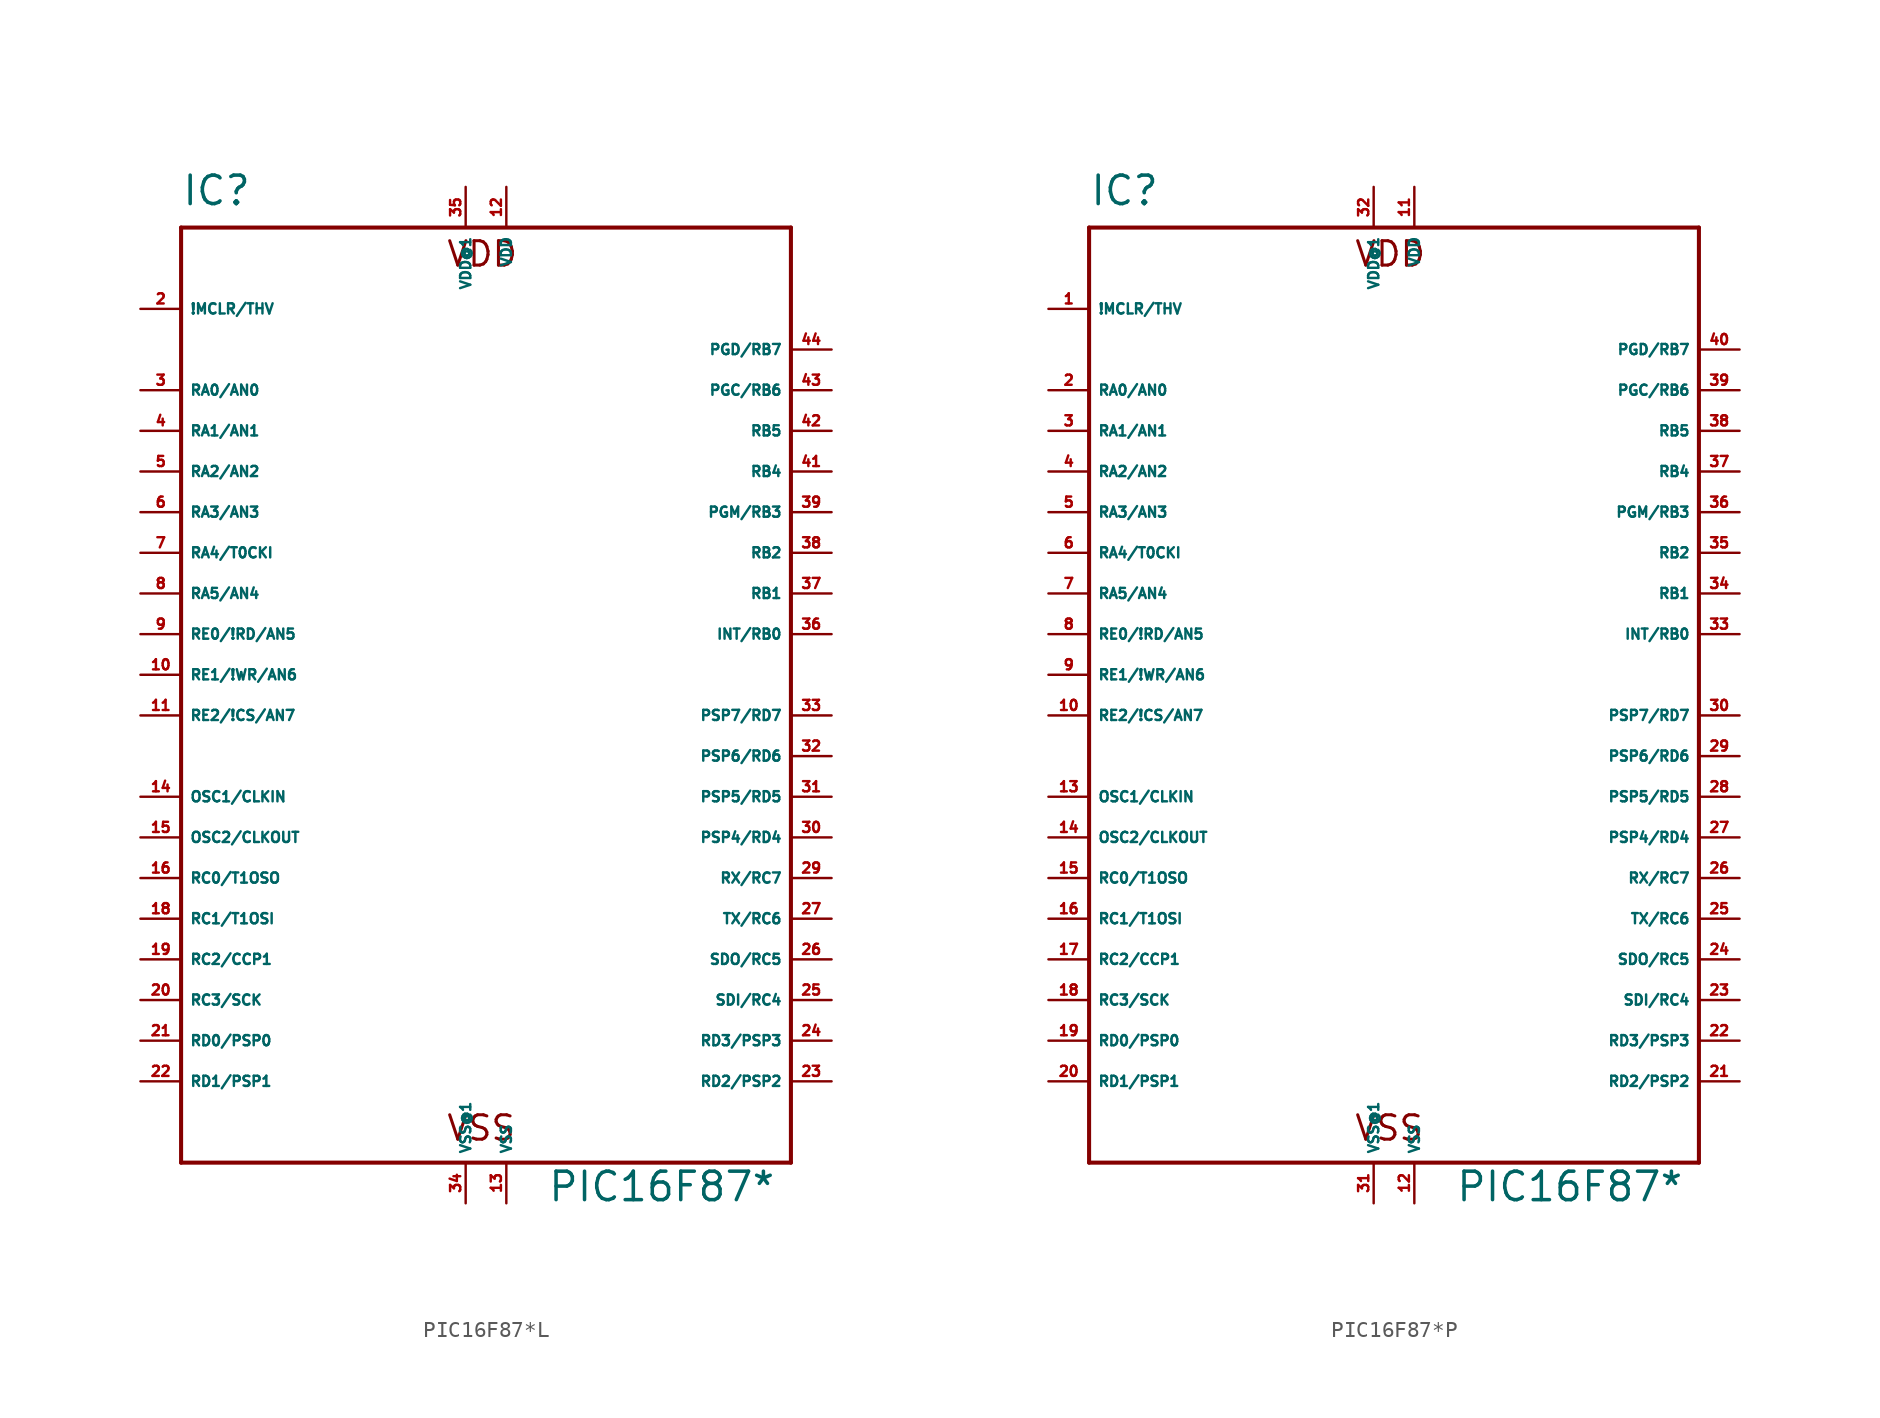
<source format=kicad_sym>
(kicad_symbol_lib
  (version 20220914)
  (generator Eagle2Kicad)
  (symbol "PIC16F87*L"
    (property "Reference" "IC"
      (at -20.32 29.21 0)
      (effects (font (size 1.778 1.778) (thickness 0.22)) (justify left bottom)))
    (property "Value" "PIC16F87*"
      (at 2.54 -33.02 0)
      (effects (font (size 1.778 1.778) (thickness 0.22)) (justify left bottom)))
    (polyline
      (pts (xy -20.32 27.94) (xy 17.78 27.94))
      (stroke (width 0.254) (type default))
      (fill (type none)))
    (polyline
      (pts (xy 17.78 27.94) (xy 17.78 -30.48))
      (stroke (width 0.254) (type default))
      (fill (type none)))
    (polyline
      (pts (xy 17.78 -30.48) (xy -20.32 -30.48))
      (stroke (width 0.254) (type default))
      (fill (type none)))
    (polyline
      (pts (xy -20.32 -30.48) (xy -20.32 27.94))
      (stroke (width 0.254) (type default))
      (fill (type none)))
    (text "VDD"
      (at -3.81 25.4 0)
      (effects (font (size 1.524 1.524) (thickness 0.19)) (justify left bottom)))
    (text "VSS"
      (at -3.81 -29.21 0)
      (effects (font (size 1.524 1.524) (thickness 0.19)) (justify left bottom)))
    (pin input line
      (at -22.86 22.86 0)
      (length 2.54)
      (name "!MCLR/THV" (effects (font (size 0.635 0.635) (thickness 0.08)) (justify left bottom)))
      (number "2" (effects (font (size 0.635 0.635) (thickness 0.08)) (justify left bottom))))
    (pin bidirectional line
      (at -22.86 17.78 0)
      (length 2.54)
      (name "RA0/AN0" (effects (font (size 0.635 0.635) (thickness 0.08)) (justify left bottom)))
      (number "3" (effects (font (size 0.635 0.635) (thickness 0.08)) (justify left bottom))))
    (pin bidirectional line
      (at -22.86 15.24 0)
      (length 2.54)
      (name "RA1/AN1" (effects (font (size 0.635 0.635) (thickness 0.08)) (justify left bottom)))
      (number "4" (effects (font (size 0.635 0.635) (thickness 0.08)) (justify left bottom))))
    (pin bidirectional line
      (at -22.86 12.7 0)
      (length 2.54)
      (name "RA2/AN2" (effects (font (size 0.635 0.635) (thickness 0.08)) (justify left bottom)))
      (number "5" (effects (font (size 0.635 0.635) (thickness 0.08)) (justify left bottom))))
    (pin bidirectional line
      (at -22.86 10.16 0)
      (length 2.54)
      (name "RA3/AN3" (effects (font (size 0.635 0.635) (thickness 0.08)) (justify left bottom)))
      (number "6" (effects (font (size 0.635 0.635) (thickness 0.08)) (justify left bottom))))
    (pin bidirectional line
      (at -22.86 7.62 0)
      (length 2.54)
      (name "RA4/T0CKI" (effects (font (size 0.635 0.635) (thickness 0.08)) (justify left bottom)))
      (number "7" (effects (font (size 0.635 0.635) (thickness 0.08)) (justify left bottom))))
    (pin bidirectional line
      (at -22.86 5.08 0)
      (length 2.54)
      (name "RA5/AN4" (effects (font (size 0.635 0.635) (thickness 0.08)) (justify left bottom)))
      (number "8" (effects (font (size 0.635 0.635) (thickness 0.08)) (justify left bottom))))
    (pin bidirectional line
      (at -22.86 2.54 0)
      (length 2.54)
      (name "RE0/!RD/AN5" (effects (font (size 0.635 0.635) (thickness 0.08)) (justify left bottom)))
      (number "9" (effects (font (size 0.635 0.635) (thickness 0.08)) (justify left bottom))))
    (pin bidirectional line
      (at -22.86 0 0)
      (length 2.54)
      (name "RE1/!WR/AN6" (effects (font (size 0.635 0.635) (thickness 0.08)) (justify left bottom)))
      (number "10" (effects (font (size 0.635 0.635) (thickness 0.08)) (justify left bottom))))
    (pin bidirectional line
      (at -22.86 -2.54 0)
      (length 2.54)
      (name "RE2/!CS/AN7" (effects (font (size 0.635 0.635) (thickness 0.08)) (justify left bottom)))
      (number "11" (effects (font (size 0.635 0.635) (thickness 0.08)) (justify left bottom))))
    (pin input line
      (at -22.86 -7.62 0)
      (length 2.54)
      (name "OSC1/CLKIN" (effects (font (size 0.635 0.635) (thickness 0.08)) (justify left bottom)))
      (number "14" (effects (font (size 0.635 0.635) (thickness 0.08)) (justify left bottom))))
    (pin output line
      (at -22.86 -10.16 0)
      (length 2.54)
      (name "OSC2/CLKOUT" (effects (font (size 0.635 0.635) (thickness 0.08)) (justify left bottom)))
      (number "15" (effects (font (size 0.635 0.635) (thickness 0.08)) (justify left bottom))))
    (pin bidirectional line
      (at -22.86 -12.7 0)
      (length 2.54)
      (name "RC0/T1OSO" (effects (font (size 0.635 0.635) (thickness 0.08)) (justify left bottom)))
      (number "16" (effects (font (size 0.635 0.635) (thickness 0.08)) (justify left bottom))))
    (pin bidirectional line
      (at -22.86 -15.24 0)
      (length 2.54)
      (name "RC1/T1OSI" (effects (font (size 0.635 0.635) (thickness 0.08)) (justify left bottom)))
      (number "18" (effects (font (size 0.635 0.635) (thickness 0.08)) (justify left bottom))))
    (pin bidirectional line
      (at -22.86 -17.78 0)
      (length 2.54)
      (name "RC2/CCP1" (effects (font (size 0.635 0.635) (thickness 0.08)) (justify left bottom)))
      (number "19" (effects (font (size 0.635 0.635) (thickness 0.08)) (justify left bottom))))
    (pin bidirectional line
      (at -22.86 -20.32 0)
      (length 2.54)
      (name "RC3/SCK" (effects (font (size 0.635 0.635) (thickness 0.08)) (justify left bottom)))
      (number "20" (effects (font (size 0.635 0.635) (thickness 0.08)) (justify left bottom))))
    (pin bidirectional line
      (at -22.86 -22.86 0)
      (length 2.54)
      (name "RD0/PSP0" (effects (font (size 0.635 0.635) (thickness 0.08)) (justify left bottom)))
      (number "21" (effects (font (size 0.635 0.635) (thickness 0.08)) (justify left bottom))))
    (pin bidirectional line
      (at -22.86 -25.4 0)
      (length 2.54)
      (name "RD1/PSP1" (effects (font (size 0.635 0.635) (thickness 0.08)) (justify left bottom)))
      (number "22" (effects (font (size 0.635 0.635) (thickness 0.08)) (justify left bottom))))
    (pin bidirectional line
      (at 20.32 -25.4 180)
      (length 2.54)
      (name "RD2/PSP2" (effects (font (size 0.635 0.635) (thickness 0.08)) (justify left bottom)))
      (number "23" (effects (font (size 0.635 0.635) (thickness 0.08)) (justify left bottom))))
    (pin bidirectional line
      (at 20.32 -22.86 180)
      (length 2.54)
      (name "RD3/PSP3" (effects (font (size 0.635 0.635) (thickness 0.08)) (justify left bottom)))
      (number "24" (effects (font (size 0.635 0.635) (thickness 0.08)) (justify left bottom))))
    (pin bidirectional line
      (at 20.32 -20.32 180)
      (length 2.54)
      (name "SDI/RC4" (effects (font (size 0.635 0.635) (thickness 0.08)) (justify left bottom)))
      (number "25" (effects (font (size 0.635 0.635) (thickness 0.08)) (justify left bottom))))
    (pin bidirectional line
      (at 20.32 -17.78 180)
      (length 2.54)
      (name "SDO/RC5" (effects (font (size 0.635 0.635) (thickness 0.08)) (justify left bottom)))
      (number "26" (effects (font (size 0.635 0.635) (thickness 0.08)) (justify left bottom))))
    (pin bidirectional line
      (at 20.32 -15.24 180)
      (length 2.54)
      (name "TX/RC6" (effects (font (size 0.635 0.635) (thickness 0.08)) (justify left bottom)))
      (number "27" (effects (font (size 0.635 0.635) (thickness 0.08)) (justify left bottom))))
    (pin bidirectional line
      (at 20.32 -12.7 180)
      (length 2.54)
      (name "RX/RC7" (effects (font (size 0.635 0.635) (thickness 0.08)) (justify left bottom)))
      (number "29" (effects (font (size 0.635 0.635) (thickness 0.08)) (justify left bottom))))
    (pin bidirectional line
      (at 20.32 -10.16 180)
      (length 2.54)
      (name "PSP4/RD4" (effects (font (size 0.635 0.635) (thickness 0.08)) (justify left bottom)))
      (number "30" (effects (font (size 0.635 0.635) (thickness 0.08)) (justify left bottom))))
    (pin bidirectional line
      (at 20.32 -7.62 180)
      (length 2.54)
      (name "PSP5/RD5" (effects (font (size 0.635 0.635) (thickness 0.08)) (justify left bottom)))
      (number "31" (effects (font (size 0.635 0.635) (thickness 0.08)) (justify left bottom))))
    (pin bidirectional line
      (at 20.32 -5.08 180)
      (length 2.54)
      (name "PSP6/RD6" (effects (font (size 0.635 0.635) (thickness 0.08)) (justify left bottom)))
      (number "32" (effects (font (size 0.635 0.635) (thickness 0.08)) (justify left bottom))))
    (pin bidirectional line
      (at 20.32 -2.54 180)
      (length 2.54)
      (name "PSP7/RD7" (effects (font (size 0.635 0.635) (thickness 0.08)) (justify left bottom)))
      (number "33" (effects (font (size 0.635 0.635) (thickness 0.08)) (justify left bottom))))
    (pin unspecified line
      (at 0 -33.02 90)
      (length 2.54)
      (name "VSS" (effects (font (size 0.635 0.635) (thickness 0.08)) (justify left bottom)))
      (number "13" (effects (font (size 0.635 0.635) (thickness 0.08)) (justify left bottom))))
    (pin unspecified line
      (at 0 30.48 270)
      (length 2.54)
      (name "VDD" (effects (font (size 0.635 0.635) (thickness 0.08)) (justify left bottom)))
      (number "12" (effects (font (size 0.635 0.635) (thickness 0.08)) (justify left bottom))))
    (pin bidirectional line
      (at 20.32 2.54 180)
      (length 2.54)
      (name "INT/RB0" (effects (font (size 0.635 0.635) (thickness 0.08)) (justify left bottom)))
      (number "36" (effects (font (size 0.635 0.635) (thickness 0.08)) (justify left bottom))))
    (pin bidirectional line
      (at 20.32 5.08 180)
      (length 2.54)
      (name "RB1" (effects (font (size 0.635 0.635) (thickness 0.08)) (justify left bottom)))
      (number "37" (effects (font (size 0.635 0.635) (thickness 0.08)) (justify left bottom))))
    (pin bidirectional line
      (at 20.32 7.62 180)
      (length 2.54)
      (name "RB2" (effects (font (size 0.635 0.635) (thickness 0.08)) (justify left bottom)))
      (number "38" (effects (font (size 0.635 0.635) (thickness 0.08)) (justify left bottom))))
    (pin bidirectional line
      (at 20.32 10.16 180)
      (length 2.54)
      (name "PGM/RB3" (effects (font (size 0.635 0.635) (thickness 0.08)) (justify left bottom)))
      (number "39" (effects (font (size 0.635 0.635) (thickness 0.08)) (justify left bottom))))
    (pin bidirectional line
      (at 20.32 12.7 180)
      (length 2.54)
      (name "RB4" (effects (font (size 0.635 0.635) (thickness 0.08)) (justify left bottom)))
      (number "41" (effects (font (size 0.635 0.635) (thickness 0.08)) (justify left bottom))))
    (pin bidirectional line
      (at 20.32 15.24 180)
      (length 2.54)
      (name "RB5" (effects (font (size 0.635 0.635) (thickness 0.08)) (justify left bottom)))
      (number "42" (effects (font (size 0.635 0.635) (thickness 0.08)) (justify left bottom))))
    (pin bidirectional line
      (at 20.32 17.78 180)
      (length 2.54)
      (name "PGC/RB6" (effects (font (size 0.635 0.635) (thickness 0.08)) (justify left bottom)))
      (number "43" (effects (font (size 0.635 0.635) (thickness 0.08)) (justify left bottom))))
    (pin bidirectional line
      (at 20.32 20.32 180)
      (length 2.54)
      (name "PGD/RB7" (effects (font (size 0.635 0.635) (thickness 0.08)) (justify left bottom)))
      (number "44" (effects (font (size 0.635 0.635) (thickness 0.08)) (justify left bottom))))
    (pin unspecified line
      (at -2.54 30.48 270)
      (length 2.54)
      (name "VDD@1" (effects (font (size 0.635 0.635) (thickness 0.08)) (justify left bottom)))
      (number "35" (effects (font (size 0.635 0.635) (thickness 0.08)) (justify left bottom))))
    (pin unspecified line
      (at -2.54 -33.02 90)
      (length 2.54)
      (name "VSS@1" (effects (font (size 0.635 0.635) (thickness 0.08)) (justify left bottom)))
      (number "34" (effects (font (size 0.635 0.635) (thickness 0.08)) (justify left bottom)))))
  (symbol "PIC16F87*P"
    (property "Reference" "IC"
      (at -20.32 29.21 0)
      (effects (font (size 1.778 1.778) (thickness 0.22)) (justify left bottom)))
    (property "Value" "PIC16F87*"
      (at 2.54 -33.02 0)
      (effects (font (size 1.778 1.778) (thickness 0.22)) (justify left bottom)))
    (polyline
      (pts (xy -20.32 27.94) (xy 17.78 27.94))
      (stroke (width 0.254) (type default))
      (fill (type none)))
    (polyline
      (pts (xy 17.78 27.94) (xy 17.78 -30.48))
      (stroke (width 0.254) (type default))
      (fill (type none)))
    (polyline
      (pts (xy 17.78 -30.48) (xy -20.32 -30.48))
      (stroke (width 0.254) (type default))
      (fill (type none)))
    (polyline
      (pts (xy -20.32 -30.48) (xy -20.32 27.94))
      (stroke (width 0.254) (type default))
      (fill (type none)))
    (text "VDD"
      (at -3.81 25.4 0)
      (effects (font (size 1.524 1.524) (thickness 0.19)) (justify left bottom)))
    (text "VSS"
      (at -3.81 -29.21 0)
      (effects (font (size 1.524 1.524) (thickness 0.19)) (justify left bottom)))
    (pin input line
      (at -22.86 22.86 0)
      (length 2.54)
      (name "!MCLR/THV" (effects (font (size 0.635 0.635) (thickness 0.08)) (justify left bottom)))
      (number "1" (effects (font (size 0.635 0.635) (thickness 0.08)) (justify left bottom))))
    (pin bidirectional line
      (at -22.86 17.78 0)
      (length 2.54)
      (name "RA0/AN0" (effects (font (size 0.635 0.635) (thickness 0.08)) (justify left bottom)))
      (number "2" (effects (font (size 0.635 0.635) (thickness 0.08)) (justify left bottom))))
    (pin bidirectional line
      (at -22.86 15.24 0)
      (length 2.54)
      (name "RA1/AN1" (effects (font (size 0.635 0.635) (thickness 0.08)) (justify left bottom)))
      (number "3" (effects (font (size 0.635 0.635) (thickness 0.08)) (justify left bottom))))
    (pin bidirectional line
      (at -22.86 12.7 0)
      (length 2.54)
      (name "RA2/AN2" (effects (font (size 0.635 0.635) (thickness 0.08)) (justify left bottom)))
      (number "4" (effects (font (size 0.635 0.635) (thickness 0.08)) (justify left bottom))))
    (pin bidirectional line
      (at -22.86 10.16 0)
      (length 2.54)
      (name "RA3/AN3" (effects (font (size 0.635 0.635) (thickness 0.08)) (justify left bottom)))
      (number "5" (effects (font (size 0.635 0.635) (thickness 0.08)) (justify left bottom))))
    (pin bidirectional line
      (at -22.86 7.62 0)
      (length 2.54)
      (name "RA4/T0CKI" (effects (font (size 0.635 0.635) (thickness 0.08)) (justify left bottom)))
      (number "6" (effects (font (size 0.635 0.635) (thickness 0.08)) (justify left bottom))))
    (pin bidirectional line
      (at -22.86 5.08 0)
      (length 2.54)
      (name "RA5/AN4" (effects (font (size 0.635 0.635) (thickness 0.08)) (justify left bottom)))
      (number "7" (effects (font (size 0.635 0.635) (thickness 0.08)) (justify left bottom))))
    (pin bidirectional line
      (at -22.86 2.54 0)
      (length 2.54)
      (name "RE0/!RD/AN5" (effects (font (size 0.635 0.635) (thickness 0.08)) (justify left bottom)))
      (number "8" (effects (font (size 0.635 0.635) (thickness 0.08)) (justify left bottom))))
    (pin bidirectional line
      (at -22.86 0 0)
      (length 2.54)
      (name "RE1/!WR/AN6" (effects (font (size 0.635 0.635) (thickness 0.08)) (justify left bottom)))
      (number "9" (effects (font (size 0.635 0.635) (thickness 0.08)) (justify left bottom))))
    (pin bidirectional line
      (at -22.86 -2.54 0)
      (length 2.54)
      (name "RE2/!CS/AN7" (effects (font (size 0.635 0.635) (thickness 0.08)) (justify left bottom)))
      (number "10" (effects (font (size 0.635 0.635) (thickness 0.08)) (justify left bottom))))
    (pin input line
      (at -22.86 -7.62 0)
      (length 2.54)
      (name "OSC1/CLKIN" (effects (font (size 0.635 0.635) (thickness 0.08)) (justify left bottom)))
      (number "13" (effects (font (size 0.635 0.635) (thickness 0.08)) (justify left bottom))))
    (pin output line
      (at -22.86 -10.16 0)
      (length 2.54)
      (name "OSC2/CLKOUT" (effects (font (size 0.635 0.635) (thickness 0.08)) (justify left bottom)))
      (number "14" (effects (font (size 0.635 0.635) (thickness 0.08)) (justify left bottom))))
    (pin bidirectional line
      (at -22.86 -12.7 0)
      (length 2.54)
      (name "RC0/T1OSO" (effects (font (size 0.635 0.635) (thickness 0.08)) (justify left bottom)))
      (number "15" (effects (font (size 0.635 0.635) (thickness 0.08)) (justify left bottom))))
    (pin bidirectional line
      (at -22.86 -15.24 0)
      (length 2.54)
      (name "RC1/T1OSI" (effects (font (size 0.635 0.635) (thickness 0.08)) (justify left bottom)))
      (number "16" (effects (font (size 0.635 0.635) (thickness 0.08)) (justify left bottom))))
    (pin bidirectional line
      (at -22.86 -17.78 0)
      (length 2.54)
      (name "RC2/CCP1" (effects (font (size 0.635 0.635) (thickness 0.08)) (justify left bottom)))
      (number "17" (effects (font (size 0.635 0.635) (thickness 0.08)) (justify left bottom))))
    (pin bidirectional line
      (at -22.86 -20.32 0)
      (length 2.54)
      (name "RC3/SCK" (effects (font (size 0.635 0.635) (thickness 0.08)) (justify left bottom)))
      (number "18" (effects (font (size 0.635 0.635) (thickness 0.08)) (justify left bottom))))
    (pin bidirectional line
      (at -22.86 -22.86 0)
      (length 2.54)
      (name "RD0/PSP0" (effects (font (size 0.635 0.635) (thickness 0.08)) (justify left bottom)))
      (number "19" (effects (font (size 0.635 0.635) (thickness 0.08)) (justify left bottom))))
    (pin bidirectional line
      (at -22.86 -25.4 0)
      (length 2.54)
      (name "RD1/PSP1" (effects (font (size 0.635 0.635) (thickness 0.08)) (justify left bottom)))
      (number "20" (effects (font (size 0.635 0.635) (thickness 0.08)) (justify left bottom))))
    (pin bidirectional line
      (at 20.32 -25.4 180)
      (length 2.54)
      (name "RD2/PSP2" (effects (font (size 0.635 0.635) (thickness 0.08)) (justify left bottom)))
      (number "21" (effects (font (size 0.635 0.635) (thickness 0.08)) (justify left bottom))))
    (pin bidirectional line
      (at 20.32 -22.86 180)
      (length 2.54)
      (name "RD3/PSP3" (effects (font (size 0.635 0.635) (thickness 0.08)) (justify left bottom)))
      (number "22" (effects (font (size 0.635 0.635) (thickness 0.08)) (justify left bottom))))
    (pin bidirectional line
      (at 20.32 -20.32 180)
      (length 2.54)
      (name "SDI/RC4" (effects (font (size 0.635 0.635) (thickness 0.08)) (justify left bottom)))
      (number "23" (effects (font (size 0.635 0.635) (thickness 0.08)) (justify left bottom))))
    (pin bidirectional line
      (at 20.32 -17.78 180)
      (length 2.54)
      (name "SDO/RC5" (effects (font (size 0.635 0.635) (thickness 0.08)) (justify left bottom)))
      (number "24" (effects (font (size 0.635 0.635) (thickness 0.08)) (justify left bottom))))
    (pin bidirectional line
      (at 20.32 -15.24 180)
      (length 2.54)
      (name "TX/RC6" (effects (font (size 0.635 0.635) (thickness 0.08)) (justify left bottom)))
      (number "25" (effects (font (size 0.635 0.635) (thickness 0.08)) (justify left bottom))))
    (pin bidirectional line
      (at 20.32 -12.7 180)
      (length 2.54)
      (name "RX/RC7" (effects (font (size 0.635 0.635) (thickness 0.08)) (justify left bottom)))
      (number "26" (effects (font (size 0.635 0.635) (thickness 0.08)) (justify left bottom))))
    (pin bidirectional line
      (at 20.32 -10.16 180)
      (length 2.54)
      (name "PSP4/RD4" (effects (font (size 0.635 0.635) (thickness 0.08)) (justify left bottom)))
      (number "27" (effects (font (size 0.635 0.635) (thickness 0.08)) (justify left bottom))))
    (pin bidirectional line
      (at 20.32 -7.62 180)
      (length 2.54)
      (name "PSP5/RD5" (effects (font (size 0.635 0.635) (thickness 0.08)) (justify left bottom)))
      (number "28" (effects (font (size 0.635 0.635) (thickness 0.08)) (justify left bottom))))
    (pin bidirectional line
      (at 20.32 -5.08 180)
      (length 2.54)
      (name "PSP6/RD6" (effects (font (size 0.635 0.635) (thickness 0.08)) (justify left bottom)))
      (number "29" (effects (font (size 0.635 0.635) (thickness 0.08)) (justify left bottom))))
    (pin bidirectional line
      (at 20.32 -2.54 180)
      (length 2.54)
      (name "PSP7/RD7" (effects (font (size 0.635 0.635) (thickness 0.08)) (justify left bottom)))
      (number "30" (effects (font (size 0.635 0.635) (thickness 0.08)) (justify left bottom))))
    (pin unspecified line
      (at 0 -33.02 90)
      (length 2.54)
      (name "VSS" (effects (font (size 0.635 0.635) (thickness 0.08)) (justify left bottom)))
      (number "12" (effects (font (size 0.635 0.635) (thickness 0.08)) (justify left bottom))))
    (pin unspecified line
      (at 0 30.48 270)
      (length 2.54)
      (name "VDD" (effects (font (size 0.635 0.635) (thickness 0.08)) (justify left bottom)))
      (number "11" (effects (font (size 0.635 0.635) (thickness 0.08)) (justify left bottom))))
    (pin bidirectional line
      (at 20.32 2.54 180)
      (length 2.54)
      (name "INT/RB0" (effects (font (size 0.635 0.635) (thickness 0.08)) (justify left bottom)))
      (number "33" (effects (font (size 0.635 0.635) (thickness 0.08)) (justify left bottom))))
    (pin bidirectional line
      (at 20.32 5.08 180)
      (length 2.54)
      (name "RB1" (effects (font (size 0.635 0.635) (thickness 0.08)) (justify left bottom)))
      (number "34" (effects (font (size 0.635 0.635) (thickness 0.08)) (justify left bottom))))
    (pin bidirectional line
      (at 20.32 7.62 180)
      (length 2.54)
      (name "RB2" (effects (font (size 0.635 0.635) (thickness 0.08)) (justify left bottom)))
      (number "35" (effects (font (size 0.635 0.635) (thickness 0.08)) (justify left bottom))))
    (pin bidirectional line
      (at 20.32 10.16 180)
      (length 2.54)
      (name "PGM/RB3" (effects (font (size 0.635 0.635) (thickness 0.08)) (justify left bottom)))
      (number "36" (effects (font (size 0.635 0.635) (thickness 0.08)) (justify left bottom))))
    (pin bidirectional line
      (at 20.32 12.7 180)
      (length 2.54)
      (name "RB4" (effects (font (size 0.635 0.635) (thickness 0.08)) (justify left bottom)))
      (number "37" (effects (font (size 0.635 0.635) (thickness 0.08)) (justify left bottom))))
    (pin bidirectional line
      (at 20.32 15.24 180)
      (length 2.54)
      (name "RB5" (effects (font (size 0.635 0.635) (thickness 0.08)) (justify left bottom)))
      (number "38" (effects (font (size 0.635 0.635) (thickness 0.08)) (justify left bottom))))
    (pin bidirectional line
      (at 20.32 17.78 180)
      (length 2.54)
      (name "PGC/RB6" (effects (font (size 0.635 0.635) (thickness 0.08)) (justify left bottom)))
      (number "39" (effects (font (size 0.635 0.635) (thickness 0.08)) (justify left bottom))))
    (pin bidirectional line
      (at 20.32 20.32 180)
      (length 2.54)
      (name "PGD/RB7" (effects (font (size 0.635 0.635) (thickness 0.08)) (justify left bottom)))
      (number "40" (effects (font (size 0.635 0.635) (thickness 0.08)) (justify left bottom))))
    (pin unspecified line
      (at -2.54 30.48 270)
      (length 2.54)
      (name "VDD@1" (effects (font (size 0.635 0.635) (thickness 0.08)) (justify left bottom)))
      (number "32" (effects (font (size 0.635 0.635) (thickness 0.08)) (justify left bottom))))
    (pin unspecified line
      (at -2.54 -33.02 90)
      (length 2.54)
      (name "VSS@1" (effects (font (size 0.635 0.635) (thickness 0.08)) (justify left bottom)))
      (number "31" (effects (font (size 0.635 0.635) (thickness 0.08)) (justify left bottom))))))
</source>
